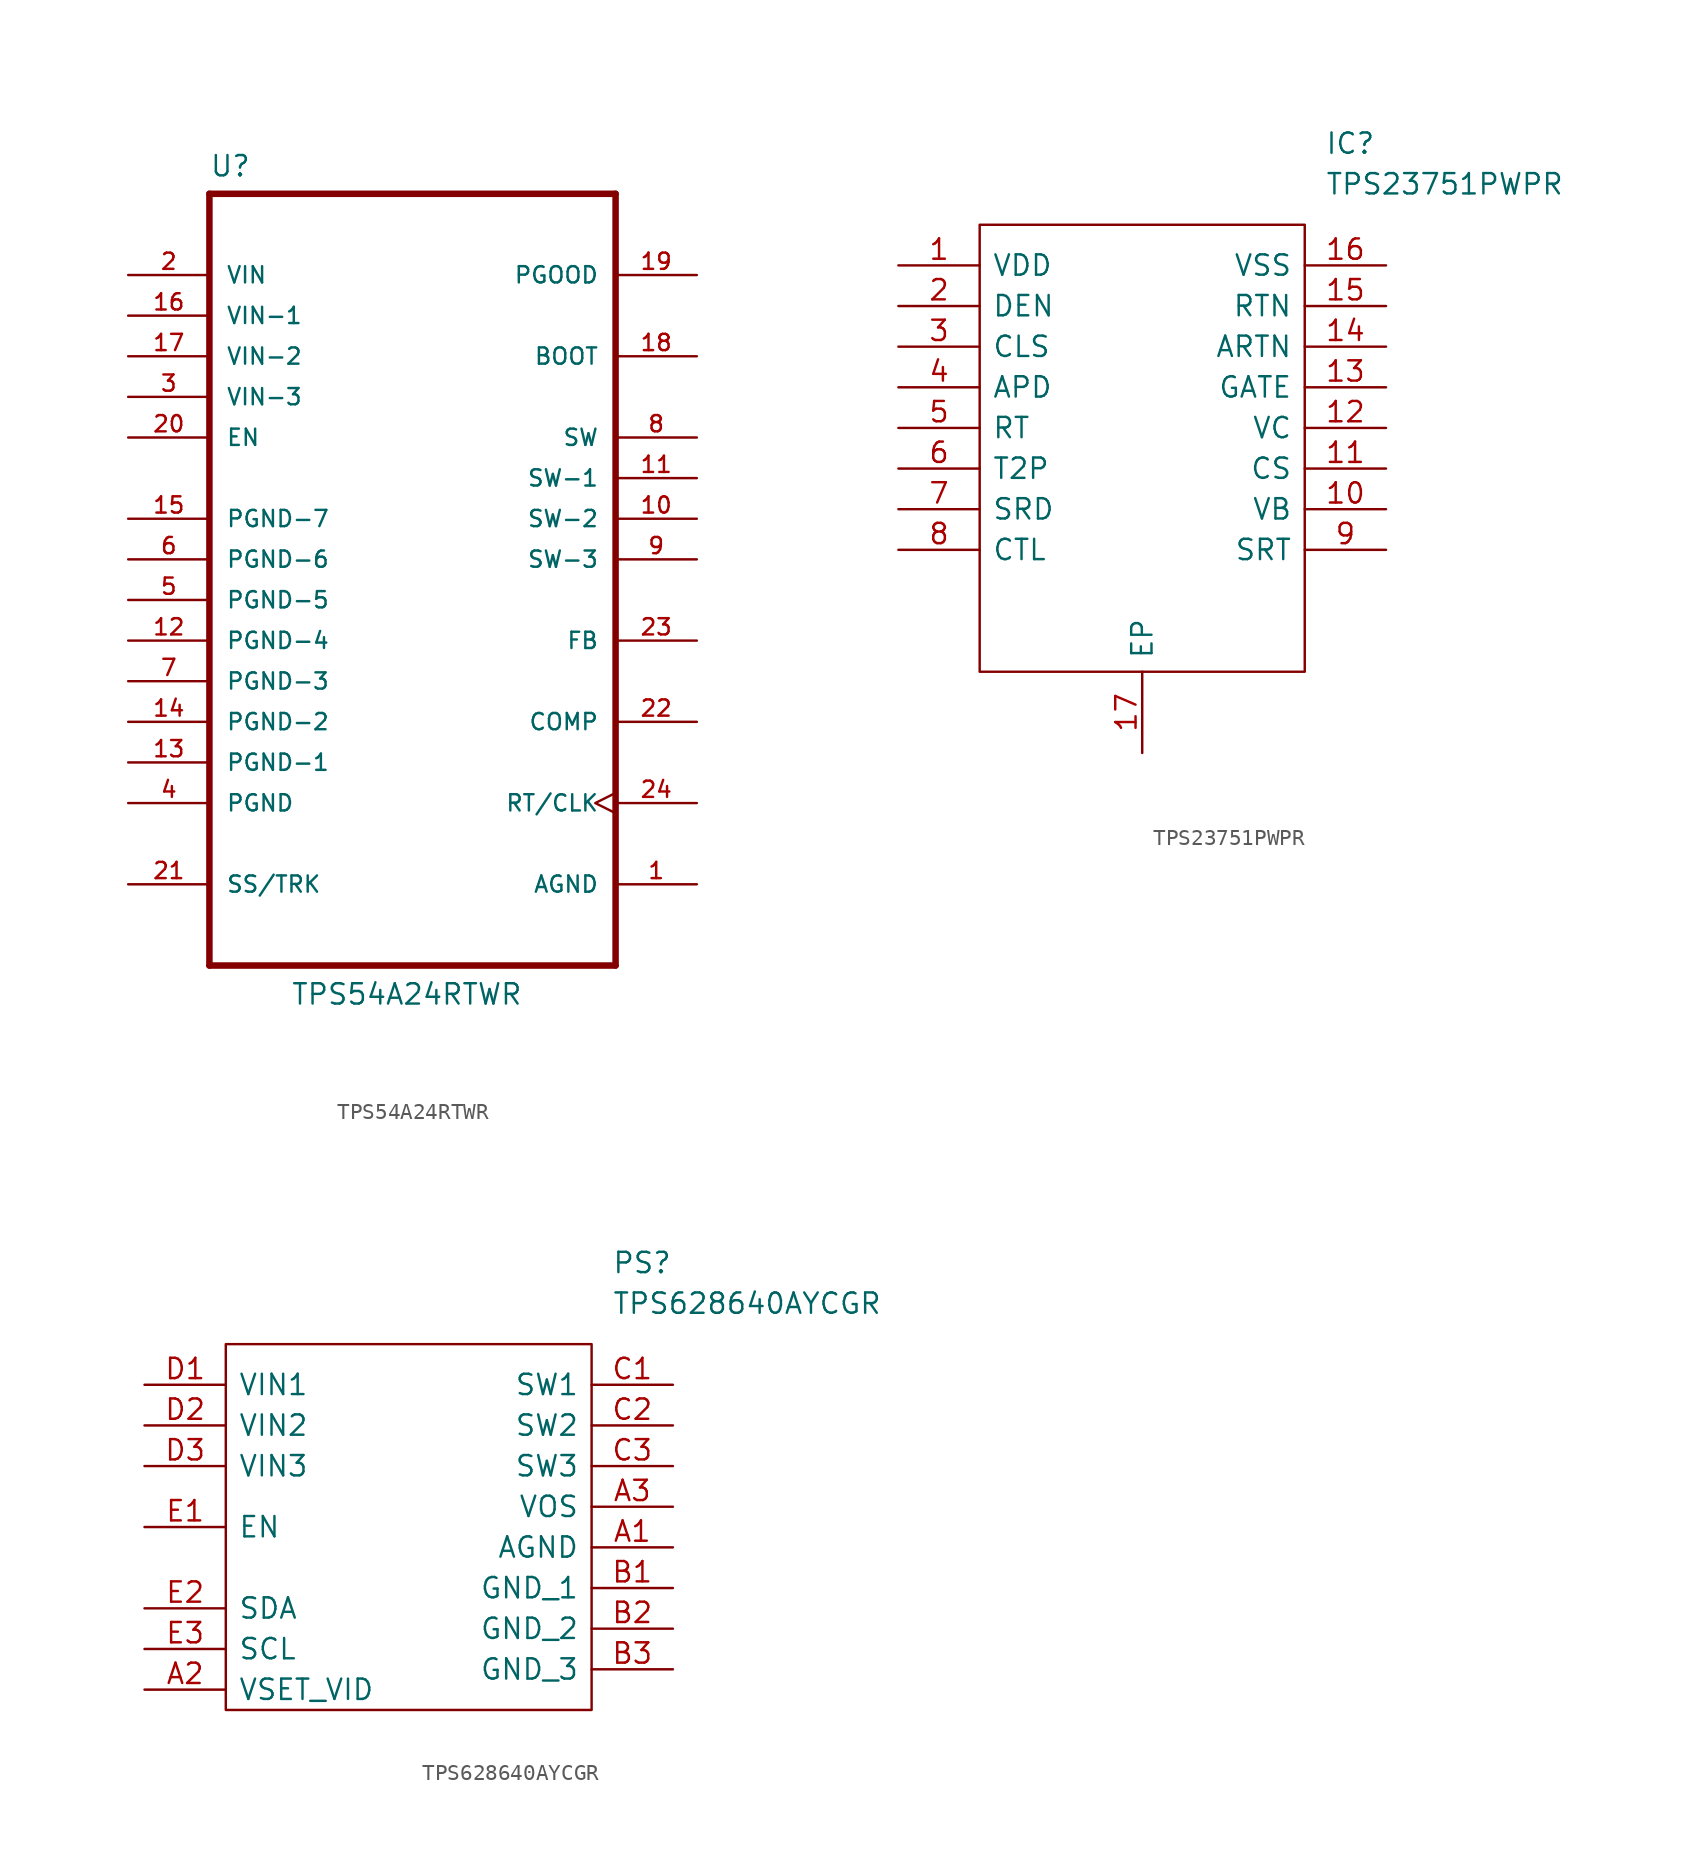
<source format=kicad_sym>
(kicad_symbol_lib
  (version 20201005)
  (generator kicad_symbol_editor)
  (symbol "CM4IO:TPS54A24RTWR"
    (pin_names
      (offset 1.016))
    (property "Reference" "U"
      (at -12.7 23.851 0)
      (effects (font (size 1.27 1.27)) (justify left bottom)))
    (property "Value" "TPS54A24RTWR"
      (at -7.62 -27.94 0)
      (effects (font (size 1.27 1.27)) (justify left bottom)))
    (property "ki_locked" ""
      (at 0 0 0)
      (effects (font (size 1.27 1.27))))
    (symbol "TPS54A24RTWR_0_0"
      (polyline (pts (xy -12.7 22.86) (xy 12.7 22.86)) (stroke (width 0.406)) (fill (type none)))
      (polyline (pts (xy 12.7 22.86) (xy 12.7 -25.4)) (stroke (width 0.406)) (fill (type none)))
      (polyline (pts (xy 12.7 -25.4) (xy -12.7 -25.4)) (stroke (width 0.406)) (fill (type none)))
      (polyline (pts (xy -12.7 -25.4) (xy -12.7 22.86)) (stroke (width 0.406)) (fill (type none)))
      (pin input clock (at 17.78 -15.24 180) (length 5.08) (name "RT/CLK" (effects (font (size 1.016 1.016)))) (number "24" (effects (font (size 1.016 1.016)))))
      (pin input line (at -17.78 17.78 0) (length 5.08) (name "VIN" (effects (font (size 1.016 1.016)))) (number "2" (effects (font (size 1.016 1.016)))))
      (pin input line (at -17.78 15.24 0) (length 5.08) (name "VIN-1" (effects (font (size 1.016 1.016)))) (number "16" (effects (font (size 1.016 1.016)))))
      (pin input line (at -17.78 12.7 0) (length 5.08) (name "VIN-2" (effects (font (size 1.016 1.016)))) (number "17" (effects (font (size 1.016 1.016)))))
      (pin input line (at -17.78 10.16 0) (length 5.08) (name "VIN-3" (effects (font (size 1.016 1.016)))) (number "3" (effects (font (size 1.016 1.016)))))
      (pin bidirectional line (at 17.78 12.7 180) (length 5.08) (name "BOOT" (effects (font (size 1.016 1.016)))) (number "18" (effects (font (size 1.016 1.016)))))
      (pin bidirectional line (at 17.78 -10.16 180) (length 5.08) (name "COMP" (effects (font (size 1.016 1.016)))) (number "22" (effects (font (size 1.016 1.016)))))
      (pin bidirectional line (at -17.78 7.62 0) (length 5.08) (name "EN" (effects (font (size 1.016 1.016)))) (number "20" (effects (font (size 1.016 1.016)))))
      (pin bidirectional line (at 17.78 -5.08 180) (length 5.08) (name "FB" (effects (font (size 1.016 1.016)))) (number "23" (effects (font (size 1.016 1.016)))))
      (pin bidirectional line (at 17.78 17.78 180) (length 5.08) (name "PGOOD" (effects (font (size 1.016 1.016)))) (number "19" (effects (font (size 1.016 1.016)))))
      (pin bidirectional line (at -17.78 -20.32 0) (length 5.08) (name "SS/TRK" (effects (font (size 1.016 1.016)))) (number "21" (effects (font (size 1.016 1.016)))))
      (pin bidirectional line (at 17.78 7.62 180) (length 5.08) (name "SW" (effects (font (size 1.016 1.016)))) (number "8" (effects (font (size 1.016 1.016)))))
      (pin bidirectional line (at 17.78 5.08 180) (length 5.08) (name "SW-1" (effects (font (size 1.016 1.016)))) (number "11" (effects (font (size 1.016 1.016)))))
      (pin bidirectional line (at 17.78 2.54 180) (length 5.08) (name "SW-2" (effects (font (size 1.016 1.016)))) (number "10" (effects (font (size 1.016 1.016)))))
      (pin bidirectional line (at 17.78 0 180) (length 5.08) (name "SW-3" (effects (font (size 1.016 1.016)))) (number "9" (effects (font (size 1.016 1.016)))))
      (pin power_in line (at 17.78 -20.32 180) (length 5.08) (name "AGND" (effects (font (size 1.016 1.016)))) (number "1" (effects (font (size 1.016 1.016)))))
      (pin power_in line (at -17.78 -15.24 0) (length 5.08) (name "PGND" (effects (font (size 1.016 1.016)))) (number "4" (effects (font (size 1.016 1.016)))))
      (pin power_in line (at -17.78 -12.7 0) (length 5.08) (name "PGND-1" (effects (font (size 1.016 1.016)))) (number "13" (effects (font (size 1.016 1.016)))))
      (pin power_in line (at -17.78 -10.16 0) (length 5.08) (name "PGND-2" (effects (font (size 1.016 1.016)))) (number "14" (effects (font (size 1.016 1.016)))))
      (pin power_in line (at -17.78 -7.62 0) (length 5.08) (name "PGND-3" (effects (font (size 1.016 1.016)))) (number "7" (effects (font (size 1.016 1.016)))))
      (pin power_in line (at -17.78 -5.08 0) (length 5.08) (name "PGND-4" (effects (font (size 1.016 1.016)))) (number "12" (effects (font (size 1.016 1.016)))))
      (pin power_in line (at -17.78 -2.54 0) (length 5.08) (name "PGND-5" (effects (font (size 1.016 1.016)))) (number "5" (effects (font (size 1.016 1.016)))))
      (pin power_in line (at -17.78 0 0) (length 5.08) (name "PGND-6" (effects (font (size 1.016 1.016)))) (number "6" (effects (font (size 1.016 1.016)))))
      (pin power_in line (at -17.78 2.54 0) (length 5.08) (name "PGND-7" (effects (font (size 1.016 1.016)))) (number "15" (effects (font (size 1.016 1.016)))))))
  (symbol "CM4IO:TPS23751PWPR"
    (pin_names
      (offset 0.762))
    (property "Reference" "IC"
      (at 26.67 7.62 0)
      (effects (font (size 1.27 1.27)) (justify left)))
    (property "Value" "TPS23751PWPR"
      (at 26.67 5.08 0)
      (effects (font (size 1.27 1.27)) (justify left)))
    (symbol "TPS23751PWPR_0_1"
      (polyline (pts (xy 5.08 2.54) (xy 25.4 2.54) (xy 25.4 -25.4) (xy 5.08 -25.4) (xy 5.08 2.54)) (stroke (width 0.152)) (fill (type none))))
    (symbol "TPS23751PWPR_0_0"
      (pin passive line (at 0 0 0) (length 5.08) (name "VDD" (effects (font (size 1.27 1.27)))) (number "1" (effects (font (size 1.27 1.27)))))
      (pin passive line (at 0 -2.54 0) (length 5.08) (name "DEN" (effects (font (size 1.27 1.27)))) (number "2" (effects (font (size 1.27 1.27)))))
      (pin passive line (at 0 -5.08 0) (length 5.08) (name "CLS" (effects (font (size 1.27 1.27)))) (number "3" (effects (font (size 1.27 1.27)))))
      (pin passive line (at 0 -7.62 0) (length 5.08) (name "APD" (effects (font (size 1.27 1.27)))) (number "4" (effects (font (size 1.27 1.27)))))
      (pin passive line (at 0 -10.16 0) (length 5.08) (name "RT" (effects (font (size 1.27 1.27)))) (number "5" (effects (font (size 1.27 1.27)))))
      (pin passive line (at 0 -12.7 0) (length 5.08) (name "T2P" (effects (font (size 1.27 1.27)))) (number "6" (effects (font (size 1.27 1.27)))))
      (pin passive line (at 0 -15.24 0) (length 5.08) (name "SRD" (effects (font (size 1.27 1.27)))) (number "7" (effects (font (size 1.27 1.27)))))
      (pin passive line (at 0 -17.78 0) (length 5.08) (name "CTL" (effects (font (size 1.27 1.27)))) (number "8" (effects (font (size 1.27 1.27)))))
      (pin passive line (at 15.24 -30.48 90) (length 5.08) (name "EP" (effects (font (size 1.27 1.27)))) (number "17" (effects (font (size 1.27 1.27)))))
      (pin passive line (at 30.48 0 180) (length 5.08) (name "VSS" (effects (font (size 1.27 1.27)))) (number "16" (effects (font (size 1.27 1.27)))))
      (pin passive line (at 30.48 -2.54 180) (length 5.08) (name "RTN" (effects (font (size 1.27 1.27)))) (number "15" (effects (font (size 1.27 1.27)))))
      (pin passive line (at 30.48 -5.08 180) (length 5.08) (name "ARTN" (effects (font (size 1.27 1.27)))) (number "14" (effects (font (size 1.27 1.27)))))
      (pin passive line (at 30.48 -7.62 180) (length 5.08) (name "GATE" (effects (font (size 1.27 1.27)))) (number "13" (effects (font (size 1.27 1.27)))))
      (pin passive line (at 30.48 -10.16 180) (length 5.08) (name "VC" (effects (font (size 1.27 1.27)))) (number "12" (effects (font (size 1.27 1.27)))))
      (pin passive line (at 30.48 -12.7 180) (length 5.08) (name "CS" (effects (font (size 1.27 1.27)))) (number "11" (effects (font (size 1.27 1.27)))))
      (pin passive line (at 30.48 -15.24 180) (length 5.08) (name "VB" (effects (font (size 1.27 1.27)))) (number "10" (effects (font (size 1.27 1.27)))))
      (pin passive line (at 30.48 -17.78 180) (length 5.08) (name "SRT" (effects (font (size 1.27 1.27)))) (number "9" (effects (font (size 1.27 1.27)))))))
  (symbol "CM4IO:TPS628640AYCGR"
    (pin_names
      (offset 0.762))
    (property "Reference" "PS"
      (at 12.7 15.24 0)
      (effects (font (size 1.27 1.27)) (justify left)))
    (property "Value" "TPS628640AYCGR"
      (at 12.7 12.7 0)
      (effects (font (size 1.27 1.27)) (justify left)))
    (symbol "TPS628640AYCGR_0_1"
      (polyline (pts (xy -11.43 10.16) (xy 11.43 10.16) (xy 11.43 -12.7) (xy -11.43 -12.7) (xy -11.43 10.16)) (stroke (width 0.152)) (fill (type none))))
    (symbol "TPS628640AYCGR_0_0"
      (pin power_in line (at 16.51 -2.54 180) (length 5.08) (name "AGND" (effects (font (size 1.27 1.27)))) (number "A1" (effects (font (size 1.27 1.27)))))
      (pin input line (at -16.51 -11.43 0) (length 5.08) (name "VSET_VID" (effects (font (size 1.27 1.27)))) (number "A2" (effects (font (size 1.27 1.27)))))
      (pin input line (at 16.51 0 180) (length 5.08) (name "VOS" (effects (font (size 1.27 1.27)))) (number "A3" (effects (font (size 1.27 1.27)))))
      (pin power_in line (at 16.51 -5.08 180) (length 5.08) (name "GND_1" (effects (font (size 1.27 1.27)))) (number "B1" (effects (font (size 1.27 1.27)))))
      (pin power_in line (at 16.51 -7.62 180) (length 5.08) (name "GND_2" (effects (font (size 1.27 1.27)))) (number "B2" (effects (font (size 1.27 1.27)))))
      (pin power_in line (at 16.51 -10.16 180) (length 5.08) (name "GND_3" (effects (font (size 1.27 1.27)))) (number "B3" (effects (font (size 1.27 1.27)))))
      (pin power_in line (at 16.51 7.62 180) (length 5.08) (name "SW1" (effects (font (size 1.27 1.27)))) (number "C1" (effects (font (size 1.27 1.27)))))
      (pin power_in line (at 16.51 5.08 180) (length 5.08) (name "SW2" (effects (font (size 1.27 1.27)))) (number "C2" (effects (font (size 1.27 1.27)))))
      (pin power_in line (at 16.51 2.54 180) (length 5.08) (name "SW3" (effects (font (size 1.27 1.27)))) (number "C3" (effects (font (size 1.27 1.27)))))
      (pin power_in line (at -16.51 7.62 0) (length 5.08) (name "VIN1" (effects (font (size 1.27 1.27)))) (number "D1" (effects (font (size 1.27 1.27)))))
      (pin power_in line (at -16.51 5.08 0) (length 5.08) (name "VIN2" (effects (font (size 1.27 1.27)))) (number "D2" (effects (font (size 1.27 1.27)))))
      (pin power_in line (at -16.51 2.54 0) (length 5.08) (name "VIN3" (effects (font (size 1.27 1.27)))) (number "D3" (effects (font (size 1.27 1.27)))))
      (pin input line (at -16.51 -1.27 0) (length 5.08) (name "EN" (effects (font (size 1.27 1.27)))) (number "E1" (effects (font (size 1.27 1.27)))))
      (pin bidirectional line (at -16.51 -6.35 0) (length 5.08) (name "SDA" (effects (font (size 1.27 1.27)))) (number "E2" (effects (font (size 1.27 1.27)))))
      (pin bidirectional line (at -16.51 -8.89 0) (length 5.08) (name "SCL" (effects (font (size 1.27 1.27)))) (number "E3" (effects (font (size 1.27 1.27))))))))
</source>
